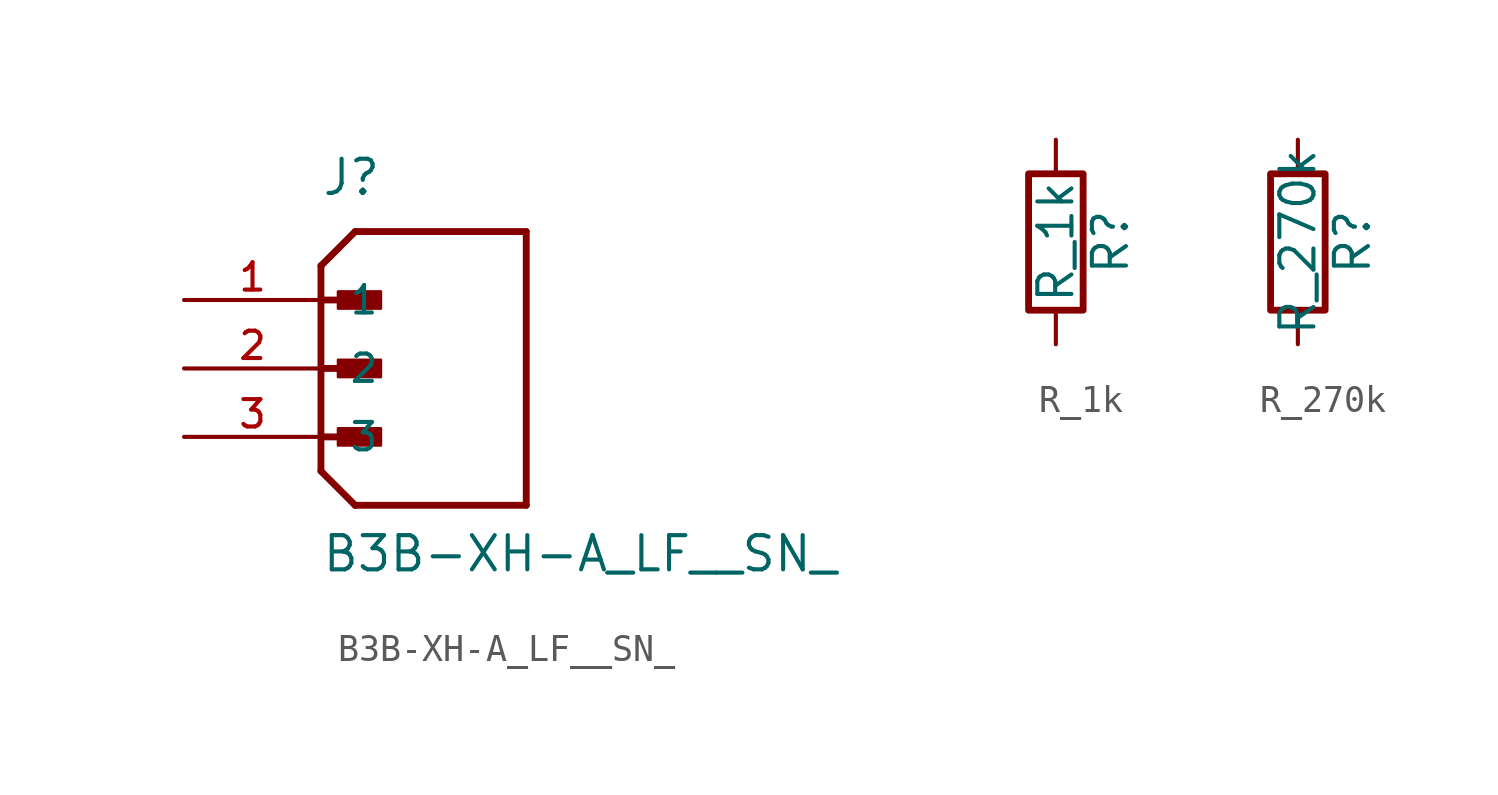
<source format=kicad_sym>
(kicad_symbol_lib
  (version 20220914)
  (generator kicad_symbol_editor)
  (symbol "B3B-XH-A_LF__SN_"
    (pin_names
      (offset 1.016))
    (property "Reference" "J"
      (at 0 6.35 0)
      (effects (font (size 1.27 1.27)) (justify left bottom)))
    (property "Value" "B3B-XH-A_LF__SN_"
      (at 0 -7.62 0)
      (effects (font (size 1.27 1.27)) (justify left bottom)))
    (symbol "B3B-XH-A_LF__SN__0_0"
      (polyline (pts (xy 0 -3.81) (xy 1.27 -5.08)) (stroke (width 0.254) (type default)) (fill (type none)))
      (polyline (pts (xy 0 -2.54) (xy 1.905 -2.54)) (stroke (width 0.254) (type default)) (fill (type none)))
      (polyline (pts (xy 0 0) (xy 1.905 0)) (stroke (width 0.254) (type default)) (fill (type none)))
      (polyline (pts (xy 0 2.54) (xy 0 -3.81)) (stroke (width 0.254) (type default)) (fill (type none)))
      (polyline (pts (xy 0 2.54) (xy 1.905 2.54)) (stroke (width 0.254) (type default)) (fill (type none)))
      (polyline (pts (xy 0 3.81) (xy 0 2.54)) (stroke (width 0.254) (type default)) (fill (type none)))
      (polyline (pts (xy 0 3.81) (xy 1.27 5.08)) (stroke (width 0.254) (type default)) (fill (type none)))
      (polyline (pts (xy 1.27 -5.08) (xy 7.62 -5.08)) (stroke (width 0.254) (type default)) (fill (type none)))
      (polyline (pts (xy 7.62 -5.08) (xy 7.62 5.08)) (stroke (width 0.254) (type default)) (fill (type none)))
      (polyline (pts (xy 7.62 5.08) (xy 1.27 5.08)) (stroke (width 0.254) (type default)) (fill (type none)))
      (rectangle (start 0.635 -2.857) (end 2.223 -2.223) (stroke (width 0.1) (type default)) (fill (type outline)))
      (rectangle (start 0.635 -0.318) (end 2.223 0.318) (stroke (width 0.1) (type default)) (fill (type outline)))
      (rectangle (start 0.635 2.223) (end 2.223 2.857) (stroke (width 0.1) (type default)) (fill (type outline)))
      (pin passive line (at -5.08 2.54 0) (length 5.08) (name "1" (effects (font (size 1.016 1.016)))) (number "1" (effects (font (size 1.016 1.016)))))
      (pin passive line (at -5.08 0 0) (length 5.08) (name "2" (effects (font (size 1.016 1.016)))) (number "2" (effects (font (size 1.016 1.016)))))
      (pin passive line (at -5.08 -2.54 0) (length 5.08) (name "3" (effects (font (size 1.016 1.016)))) (number "3" (effects (font (size 1.016 1.016)))))))
  (symbol "R_1k"
    (pin_numbers hide)
    (pin_names
      (offset 0))
    (property "Reference" "R"
      (at 2.032 0 90)
      (effects (font (size 1.27 1.27))))
    (property "Value" "R_1k"
      (at 0 0 90)
      (effects (font (size 1.27 1.27))))
    (symbol "R_1k_0_1"
      (rectangle (start -1.016 -2.54) (end 1.016 2.54) (stroke (width 0.254) (type default)) (fill (type none))))
    (symbol "R_1k_1_1"
      (pin passive line (at 0 3.81 270) (length 1.27) (name "~" (effects (font (size 1.27 1.27)))) (number "1" (effects (font (size 1.27 1.27)))))
      (pin passive line (at 0 -3.81 90) (length 1.27) (name "~" (effects (font (size 1.27 1.27)))) (number "2" (effects (font (size 1.27 1.27)))))))
  (symbol "R_270k"
    (pin_numbers hide)
    (pin_names
      (offset 0))
    (property "Reference" "R"
      (at 2.032 0 90)
      (effects (font (size 1.27 1.27))))
    (property "Value" "R_270k"
      (at 0 0 90)
      (effects (font (size 1.27 1.27))))
    (symbol "R_270k_0_1"
      (rectangle (start -1.016 -2.54) (end 1.016 2.54) (stroke (width 0.254) (type default)) (fill (type none))))
    (symbol "R_270k_1_1"
      (pin passive line (at 0 3.81 270) (length 1.27) (name "~" (effects (font (size 1.27 1.27)))) (number "1" (effects (font (size 1.27 1.27)))))
      (pin passive line (at 0 -3.81 90) (length 1.27) (name "~" (effects (font (size 1.27 1.27)))) (number "2" (effects (font (size 1.27 1.27))))))))
</source>
